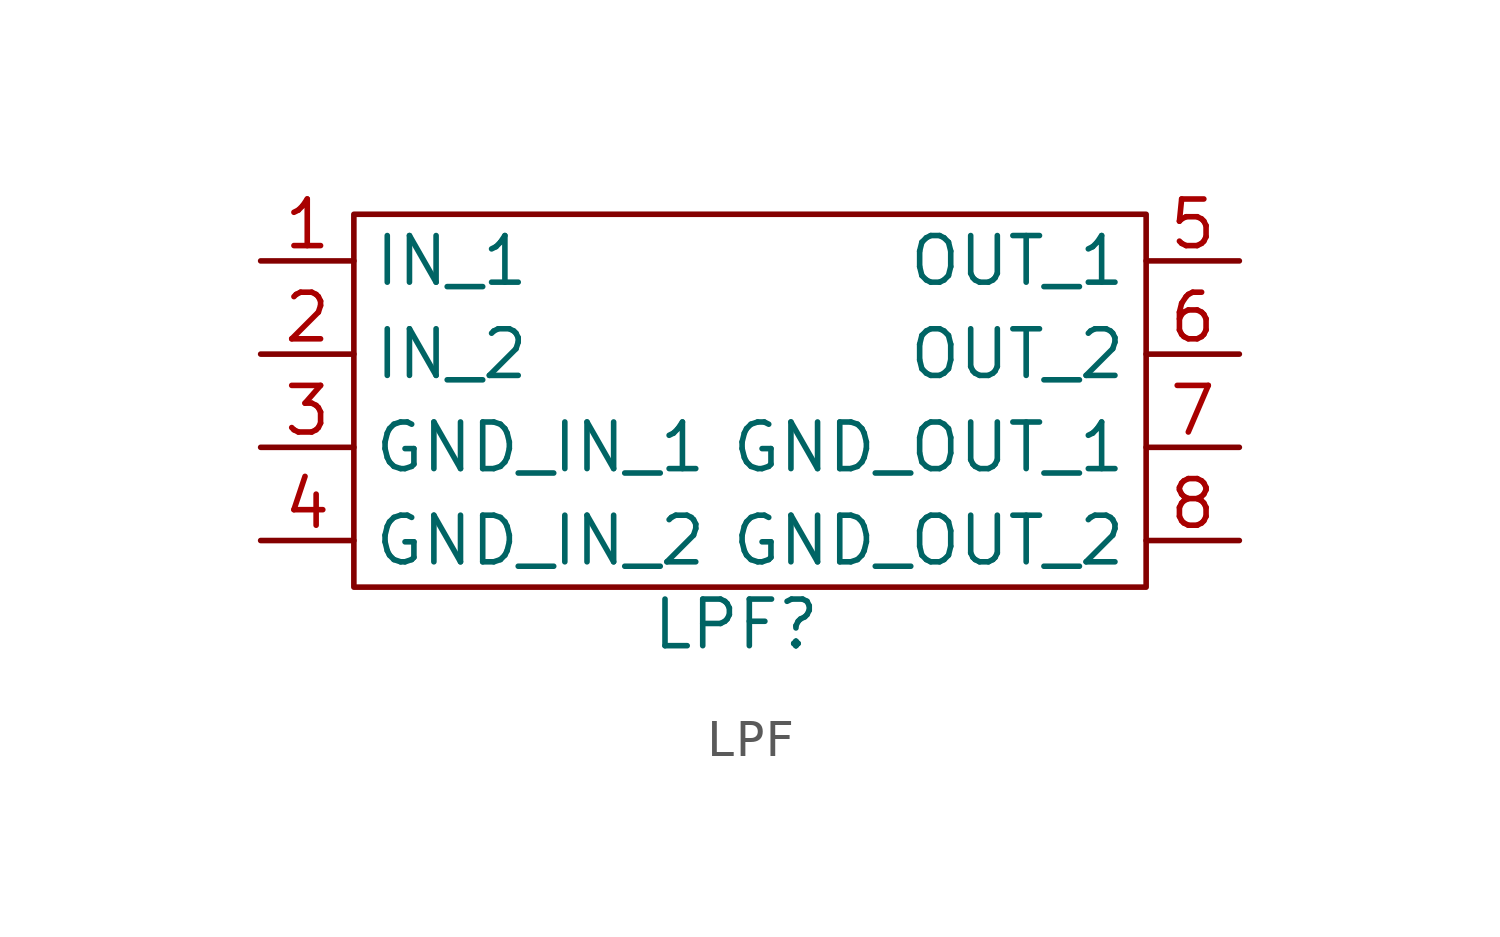
<source format=kicad_sym>
(kicad_symbol_lib
  (version 20231120)
  (generator "kicad_symbol_editor")
  (generator_version "8.0")
  (symbol "LPF"
    (property "Reference" "LPF"
      (at 0.254 -4.826 0)
      (effects (font (size 1.27 1.27))))
    (property "Value" ""
      (at 1.27 0 0)
      (effects (font (size 1.27 1.27))))
    (symbol "LPF_0_1"
      (rectangle (start -10.16 6.35) (end 11.43 -3.81) (stroke (width 0) (type default)) (fill (type none))))
    (symbol "LPF_1_1"
      (pin input line (at -12.7 5.08 0) (length 2.54) (name "IN_1" (effects (font (size 1.27 1.27)))) (number "1" (effects (font (size 1.27 1.27)))))
      (pin input line (at -12.7 2.54 0) (length 2.54) (name "IN_2" (effects (font (size 1.27 1.27)))) (number "2" (effects (font (size 1.27 1.27)))))
      (pin input line (at -12.7 0 0) (length 2.54) (name "GND_IN_1" (effects (font (size 1.27 1.27)))) (number "3" (effects (font (size 1.27 1.27)))))
      (pin input line (at -12.7 -2.54 0) (length 2.54) (name "GND_IN_2" (effects (font (size 1.27 1.27)))) (number "4" (effects (font (size 1.27 1.27)))))
      (pin output line (at 13.97 5.08 180) (length 2.54) (name "OUT_1" (effects (font (size 1.27 1.27)))) (number "5" (effects (font (size 1.27 1.27)))))
      (pin output line (at 13.97 2.54 180) (length 2.54) (name "OUT_2" (effects (font (size 1.27 1.27)))) (number "6" (effects (font (size 1.27 1.27)))))
      (pin output line (at 13.97 0 180) (length 2.54) (name "GND_OUT_1" (effects (font (size 1.27 1.27)))) (number "7" (effects (font (size 1.27 1.27)))))
      (pin output line (at 13.97 -2.54 180) (length 2.54) (name "GND_OUT_2" (effects (font (size 1.27 1.27)))) (number "8" (effects (font (size 1.27 1.27))))))))
</source>
